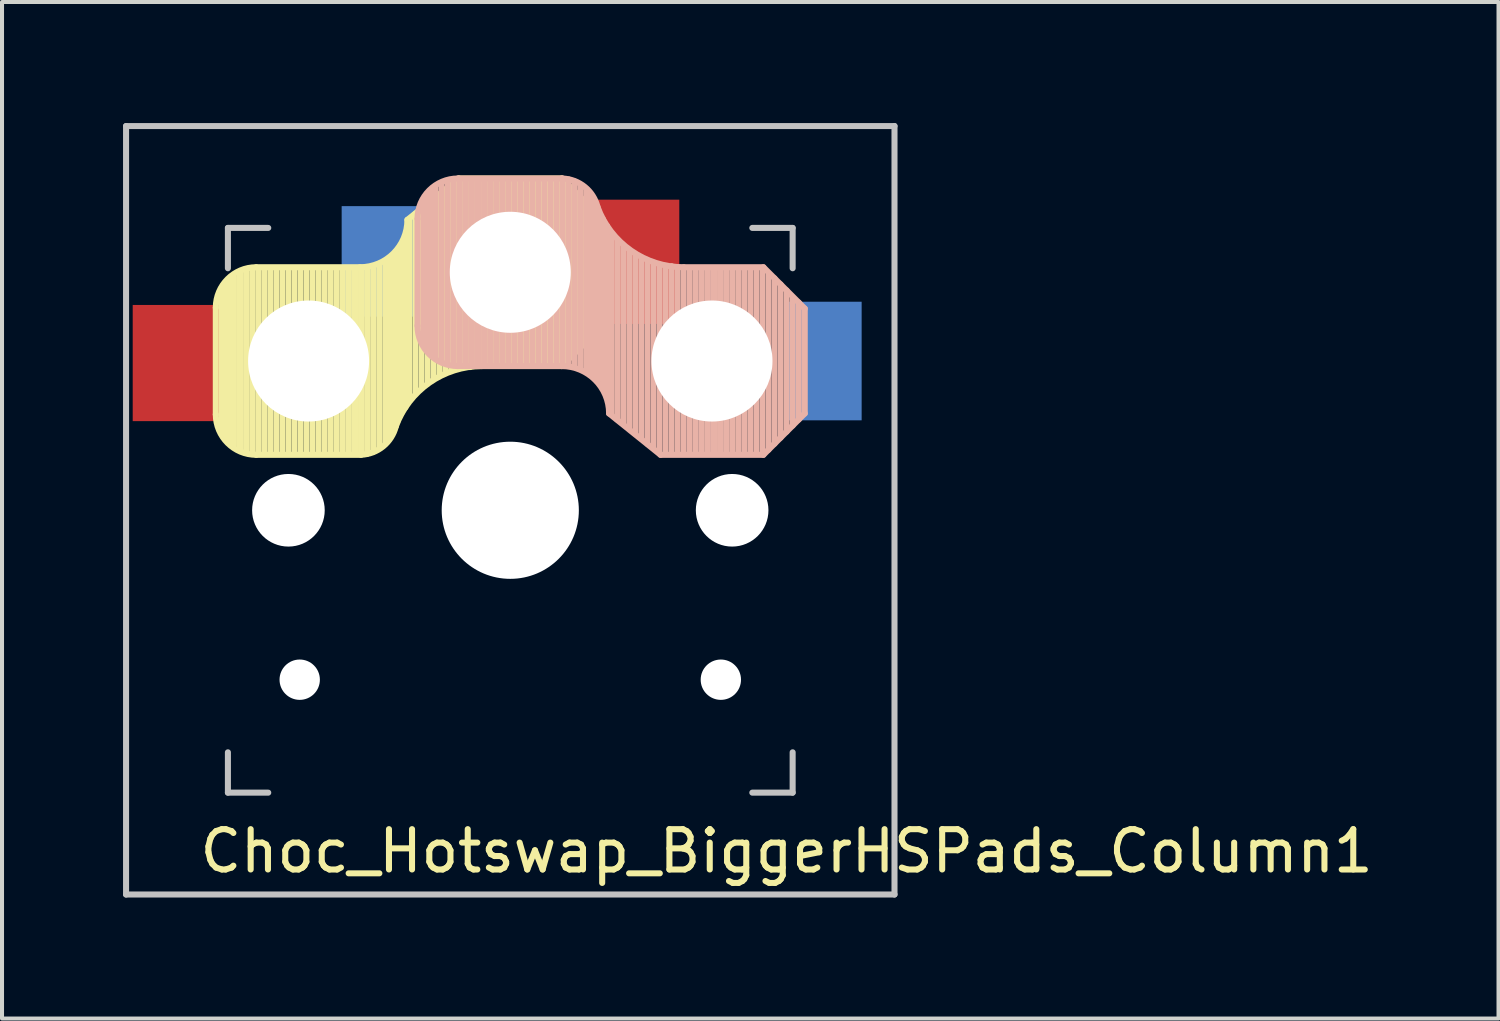
<source format=kicad_pcb>
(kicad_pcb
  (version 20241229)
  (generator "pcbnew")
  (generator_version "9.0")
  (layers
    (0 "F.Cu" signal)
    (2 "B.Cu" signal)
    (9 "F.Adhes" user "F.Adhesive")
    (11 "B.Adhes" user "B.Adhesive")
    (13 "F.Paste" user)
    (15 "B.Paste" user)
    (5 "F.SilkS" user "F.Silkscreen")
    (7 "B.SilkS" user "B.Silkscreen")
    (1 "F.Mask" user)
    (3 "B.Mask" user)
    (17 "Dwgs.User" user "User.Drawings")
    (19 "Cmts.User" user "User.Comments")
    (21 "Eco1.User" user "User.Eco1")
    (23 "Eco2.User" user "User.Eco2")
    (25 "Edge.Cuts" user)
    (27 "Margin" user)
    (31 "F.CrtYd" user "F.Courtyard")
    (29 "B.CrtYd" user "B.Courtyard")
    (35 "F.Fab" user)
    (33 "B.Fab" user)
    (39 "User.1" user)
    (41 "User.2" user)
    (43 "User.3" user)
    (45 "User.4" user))
  (footprint "Choc_Hotswap_BiggerHSPads_Column1"
    (layer "F.Cu")
    (at 9.6 9.6)
    (property "Reference" "Choc_Hotswap_BiggerHSPads_Column1" (at 6.85 8.45 0) (layer "F.SilkS") (effects (font (size 1 1) (thickness 0.15))))
    (attr through_hole)
    (fp_line (start -7.3 -5.025) (end -7.3 -2.375) (stroke (width 0.15) (type solid)) (layer "F.SilkS"))
    (fp_line (start -7.15 -1.95) (end -7.15 -5.5) (stroke (width 0.15) (type solid)) (layer "F.SilkS"))
    (fp_line (start -7.05 -1.8) (end -7.05 -5.55) (stroke (width 0.15) (type solid)) (layer "F.SilkS"))
    (fp_line (start -6.95 -1.7) (end -6.95 -5.65) (stroke (width 0.15) (type solid)) (layer "F.SilkS"))
    (fp_line (start -6.85 -1.6) (end -6.85 -5.8) (stroke (width 0.15) (type solid)) (layer "F.SilkS"))
    (fp_line (start -6.7 -1.5) (end -6.7 -5.9) (stroke (width 0.15) (type solid)) (layer "F.SilkS"))
    (fp_line (start -6.55 -1.45) (end -6.55 -5.95) (stroke (width 0.15) (type solid)) (layer "F.SilkS"))
    (fp_line (start -6.4 -1.4) (end -6.4 -5.95) (stroke (width 0.15) (type solid)) (layer "F.SilkS"))
    (fp_line (start -6.3 -6.025) (end -3.725 -6.025) (stroke (width 0.15) (type solid)) (layer "F.SilkS"))
    (fp_line (start -6.3 -1.375) (end -3.7 -1.375) (stroke (width 0.15) (type solid)) (layer "F.SilkS"))
    (fp_line (start -6.25 -1.4) (end -6.25 -6) (stroke (width 0.15) (type solid)) (layer "F.SilkS"))
    (fp_line (start -6.1 -1.4) (end -6.1 -6) (stroke (width 0.15) (type solid)) (layer "F.SilkS"))
    (fp_line (start -5.95 -1.4) (end -5.95 -6) (stroke (width 0.15) (type solid)) (layer "F.SilkS"))
    (fp_line (start -5.8 -1.4) (end -5.8 -6) (stroke (width 0.15) (type solid)) (layer "F.SilkS"))
    (fp_line (start -5.65 -1.4) (end -5.65 -6) (stroke (width 0.15) (type solid)) (layer "F.SilkS"))
    (fp_line (start -5.5 -1.4) (end -5.5 -6) (stroke (width 0.15) (type solid)) (layer "F.SilkS"))
    (fp_line (start -5.35 -1.4) (end -5.35 -6) (stroke (width 0.15) (type solid)) (layer "F.SilkS"))
    (fp_line (start -5.2 -1.4) (end -5.2 -6) (stroke (width 0.15) (type solid)) (layer "F.SilkS"))
    (fp_line (start -5.05 -1.4) (end -5.05 -6) (stroke (width 0.15) (type solid)) (layer "F.SilkS"))
    (fp_line (start -4.9 -1.4) (end -4.9 -6) (stroke (width 0.15) (type solid)) (layer "F.SilkS"))
    (fp_line (start -4.75 -1.4) (end -4.75 -6) (stroke (width 0.15) (type solid)) (layer "F.SilkS"))
    (fp_line (start -4.6 -1.4) (end -4.6 -6) (stroke (width 0.15) (type solid)) (layer "F.SilkS"))
    (fp_line (start -4.45 -1.4) (end -4.45 -6) (stroke (width 0.15) (type solid)) (layer "F.SilkS"))
    (fp_line (start -4.3 -1.4) (end -4.3 -6) (stroke (width 0.15) (type solid)) (layer "F.SilkS"))
    (fp_line (start -4.15 -1.4) (end -4.15 -6) (stroke (width 0.15) (type solid)) (layer "F.SilkS"))
    (fp_line (start -4 -1.4) (end -4 -6) (stroke (width 0.15) (type solid)) (layer "F.SilkS"))
    (fp_line (start -3.85 -1.4) (end -3.85 -5.95) (stroke (width 0.15) (type solid)) (layer "F.SilkS"))
    (fp_line (start -3.7 -1.4) (end -3.7 -6) (stroke (width 0.15) (type solid)) (layer "F.SilkS"))
    (fp_line (start -3.55 -1.4) (end -3.55 -6) (stroke (width 0.15) (type solid)) (layer "F.SilkS"))
    (fp_line (start -3.4 -1.45) (end -3.4 -6) (stroke (width 0.15) (type solid)) (layer "F.SilkS"))
    (fp_line (start -3.25 -1.55) (end -3.25 -6.1) (stroke (width 0.15) (type solid)) (layer "F.SilkS"))
    (fp_line (start -3.1 -1.65) (end -3.1 -6.15) (stroke (width 0.15) (type solid)) (layer "F.SilkS"))
    (fp_line (start -3 -1.8) (end -3 -6.2) (stroke (width 0.15) (type solid)) (layer "F.SilkS"))
    (fp_line (start -2.9 -2.05) (end -2.9 -6.25) (stroke (width 0.15) (type solid)) (layer "F.SilkS"))
    (fp_line (start -2.8 -2.2) (end -2.8 -6.35) (stroke (width 0.15) (type solid)) (layer "F.SilkS"))
    (fp_line (start -2.7 -2.4) (end -2.7 -6.55) (stroke (width 0.15) (type solid)) (layer "F.SilkS"))
    (fp_line (start -2.6 -2.55) (end -2.6 -6.7) (stroke (width 0.15) (type solid)) (layer "F.SilkS"))
    (fp_line (start -2.5 -2.75) (end -2.5 -7.2) (stroke (width 0.15) (type solid)) (layer "F.SilkS"))
    (fp_line (start -2.35 -2.9) (end -2.35 -7.35) (stroke (width 0.15) (type solid)) (layer "F.SilkS"))
    (fp_line (start -2.2 -3.05) (end -2.2 -7.45) (stroke (width 0.15) (type solid)) (layer "F.SilkS"))
    (fp_line (start -2.05 -3.15) (end -2.05 -7.55) (stroke (width 0.15) (type solid)) (layer "F.SilkS"))
    (fp_line (start -1.9 -3.25) (end -1.9 -7.7) (stroke (width 0.15) (type solid)) (layer "F.SilkS"))
    (fp_line (start -1.75 -3.35) (end -1.75 -7.8) (stroke (width 0.15) (type solid)) (layer "F.SilkS"))
    (fp_line (start -1.6 -3.4) (end -1.6 -7.95) (stroke (width 0.15) (type solid)) (layer "F.SilkS"))
    (fp_line (start -1.45 -3.5) (end -1.45 -8.05) (stroke (width 0.15) (type solid)) (layer "F.SilkS"))
    (fp_line (start -1.3 -3.55) (end -1.3 -8.15) (stroke (width 0.15) (type solid)) (layer "F.SilkS"))
    (fp_line (start -1.275 -8.225) (end -2.55 -7.2) (stroke (width 0.15) (type solid)) (layer "F.SilkS"))
    (fp_line (start -1.275 -8.225) (end 1.275 -8.225) (stroke (width 0.15) (type solid)) (layer "F.SilkS"))
    (fp_line (start -1.15 -3.55) (end -1.15 -8.2) (stroke (width 0.15) (type solid)) (layer "F.SilkS"))
    (fp_line (start -1 -3.55) (end -1 -8.2) (stroke (width 0.15) (type solid)) (layer "F.SilkS"))
    (fp_line (start -0.85 -3.6) (end -0.85 -8.15) (stroke (width 0.15) (type solid)) (layer "F.SilkS"))
    (fp_line (start -0.7 -3.6) (end -0.7 -8.2) (stroke (width 0.15) (type solid)) (layer "F.SilkS"))
    (fp_line (start -0.7 -3.575) (end 1.275 -3.575) (stroke (width 0.15) (type solid)) (layer "F.SilkS"))
    (fp_line (start -0.55 -3.6) (end -0.55 -8.2) (stroke (width 0.15) (type solid)) (layer "F.SilkS"))
    (fp_line (start -0.4 -3.6) (end -0.4 -8.2) (stroke (width 0.15) (type solid)) (layer "F.SilkS"))
    (fp_line (start -0.25 -3.6) (end -0.25 -8.2) (stroke (width 0.15) (type solid)) (layer "F.SilkS"))
    (fp_line (start -0.1 -3.6) (end -0.1 -8.2) (stroke (width 0.15) (type solid)) (layer "F.SilkS"))
    (fp_line (start 0.05 -3.6) (end 0.05 -8.2) (stroke (width 0.15) (type solid)) (layer "F.SilkS"))
    (fp_line (start 0.2 -3.6) (end 0.2 -8.2) (stroke (width 0.15) (type solid)) (layer "F.SilkS"))
    (fp_line (start 0.35 -3.6) (end 0.35 -8.2) (stroke (width 0.15) (type solid)) (layer "F.SilkS"))
    (fp_line (start 0.5 -3.6) (end 0.5 -8.2) (stroke (width 0.15) (type solid)) (layer "F.SilkS"))
    (fp_line (start 0.65 -3.6) (end 0.65 -8.2) (stroke (width 0.15) (type solid)) (layer "F.SilkS"))
    (fp_line (start 0.8 -3.6) (end 0.8 -8.2) (stroke (width 0.15) (type solid)) (layer "F.SilkS"))
    (fp_line (start 0.95 -3.6) (end 0.95 -8.2) (stroke (width 0.15) (type solid)) (layer "F.SilkS"))
    (fp_line (start 1.1 -3.6) (end 1.1 -8.2) (stroke (width 0.15) (type solid)) (layer "F.SilkS"))
    (fp_line (start 1.25 -3.6) (end 1.25 -8.2) (stroke (width 0.15) (type solid)) (layer "F.SilkS"))
    (fp_line (start 1.4 -3.75) (end 1.4 -8.1) (stroke (width 0.15) (type solid)) (layer "F.SilkS"))
    (fp_line (start 1.55 -3.85) (end 1.55 -7.95) (stroke (width 0.15) (type solid)) (layer "F.SilkS"))
    (fp_line (start 1.7 -4) (end 1.7 -7.8) (stroke (width 0.15) (type solid)) (layer "F.SilkS"))
    (fp_line (start 1.85 -4.15) (end 1.85 -7.65) (stroke (width 0.15) (type solid)) (layer "F.SilkS"))
    (fp_line (start 2 -4.35) (end 2 -7.5) (stroke (width 0.15) (type solid)) (layer "F.SilkS"))
    (fp_line (start 2.15 -4.45) (end 2.15 -7.35) (stroke (width 0.15) (type solid)) (layer "F.SilkS"))
    (fp_line (start 2.3 -7.2) (end 1.275 -8.225) (stroke (width 0.15) (type solid)) (layer "F.SilkS"))
    (fp_line (start 2.3 -7.2) (end 2.3 -4.6) (stroke (width 0.15) (type solid)) (layer "F.SilkS"))
    (fp_line (start 2.3 -4.6) (end 1.275 -3.575) (stroke (width 0.15) (type solid)) (layer "F.SilkS"))
    (fp_arc (start -7.3 -5.025) (mid -7.007107 -5.732107) (end -6.3 -6.025) (stroke (width 0.15) (type solid)) (layer "F.SilkS"))
    (fp_arc (start -6.3 -1.375) (mid -7.007107 -1.667893) (end -7.3 -2.375) (stroke (width 0.15) (type solid)) (layer "F.SilkS"))
    (fp_arc (start -2.837801 -2.078096) (mid -3.151716 -1.583979) (end -3.699005 -1.376209) (stroke (width 0.15) (type solid)) (layer "F.SilkS"))
    (fp_arc (start -2.837801 -2.078096) (mid -2.004887 -3.163571) (end -0.7 -3.575) (stroke (width 0.15) (type solid)) (layer "F.SilkS"))
    (fp_arc (start -2.55 -7.2) (mid -2.89415 -6.36915) (end -3.725 -6.025) (stroke (width 0.15) (type solid)) (layer "F.SilkS"))
    (fp_line (start -2.3 -4.575) (end -2.3 -7.225) (stroke (width 0.15) (type solid)) (layer "B.SilkS"))
    (fp_line (start -2.15 -7.65) (end -2.15 -4.1) (stroke (width 0.15) (type solid)) (layer "B.SilkS"))
    (fp_line (start -2.05 -7.8) (end -2.05 -4.05) (stroke (width 0.15) (type solid)) (layer "B.SilkS"))
    (fp_line (start -1.95 -7.9) (end -1.95 -3.95) (stroke (width 0.15) (type solid)) (layer "B.SilkS"))
    (fp_line (start -1.85 -8) (end -1.85 -3.8) (stroke (width 0.15) (type solid)) (layer "B.SilkS"))
    (fp_line (start -1.7 -8.1) (end -1.7 -3.7) (stroke (width 0.15) (type solid)) (layer "B.SilkS"))
    (fp_line (start -1.55 -8.15) (end -1.55 -3.65) (stroke (width 0.15) (type solid)) (layer "B.SilkS"))
    (fp_line (start -1.4 -8.2) (end -1.4 -3.65) (stroke (width 0.15) (type solid)) (layer "B.SilkS"))
    (fp_line (start -1.3 -8.225) (end 1.3 -8.225) (stroke (width 0.15) (type solid)) (layer "B.SilkS"))
    (fp_line (start -1.3 -3.575) (end 1.275 -3.575) (stroke (width 0.15) (type solid)) (layer "B.SilkS"))
    (fp_line (start -1.25 -8.2) (end -1.25 -3.6) (stroke (width 0.15) (type solid)) (layer "B.SilkS"))
    (fp_line (start -1.1 -8.2) (end -1.1 -3.6) (stroke (width 0.15) (type solid)) (layer "B.SilkS"))
    (fp_line (start -0.95 -8.2) (end -0.95 -3.6) (stroke (width 0.15) (type solid)) (layer "B.SilkS"))
    (fp_line (start -0.8 -8.2) (end -0.8 -3.6) (stroke (width 0.15) (type solid)) (layer "B.SilkS"))
    (fp_line (start -0.65 -8.2) (end -0.65 -3.6) (stroke (width 0.15) (type solid)) (layer "B.SilkS"))
    (fp_line (start -0.5 -8.2) (end -0.5 -3.6) (stroke (width 0.15) (type solid)) (layer "B.SilkS"))
    (fp_line (start -0.35 -8.2) (end -0.35 -3.6) (stroke (width 0.15) (type solid)) (layer "B.SilkS"))
    (fp_line (start -0.2 -8.2) (end -0.2 -3.6) (stroke (width 0.15) (type solid)) (layer "B.SilkS"))
    (fp_line (start -0.05 -8.2) (end -0.05 -3.6) (stroke (width 0.15) (type solid)) (layer "B.SilkS"))
    (fp_line (start 0.1 -8.2) (end 0.1 -3.6) (stroke (width 0.15) (type solid)) (layer "B.SilkS"))
    (fp_line (start 0.25 -8.2) (end 0.25 -3.6) (stroke (width 0.15) (type solid)) (layer "B.SilkS"))
    (fp_line (start 0.4 -8.2) (end 0.4 -3.6) (stroke (width 0.15) (type solid)) (layer "B.SilkS"))
    (fp_line (start 0.55 -8.2) (end 0.55 -3.6) (stroke (width 0.15) (type solid)) (layer "B.SilkS"))
    (fp_line (start 0.7 -8.2) (end 0.7 -3.6) (stroke (width 0.15) (type solid)) (layer "B.SilkS"))
    (fp_line (start 0.85 -8.2) (end 0.85 -3.6) (stroke (width 0.15) (type solid)) (layer "B.SilkS"))
    (fp_line (start 1 -8.2) (end 1 -3.6) (stroke (width 0.15) (type solid)) (layer "B.SilkS"))
    (fp_line (start 1.15 -8.2) (end 1.15 -3.65) (stroke (width 0.15) (type solid)) (layer "B.SilkS"))
    (fp_line (start 1.3 -8.2) (end 1.3 -3.6) (stroke (width 0.15) (type solid)) (layer "B.SilkS"))
    (fp_line (start 1.45 -8.2) (end 1.45 -3.6) (stroke (width 0.15) (type solid)) (layer "B.SilkS"))
    (fp_line (start 1.6 -8.15) (end 1.6 -3.6) (stroke (width 0.15) (type solid)) (layer "B.SilkS"))
    (fp_line (start 1.75 -8.05) (end 1.75 -3.5) (stroke (width 0.15) (type solid)) (layer "B.SilkS"))
    (fp_line (start 1.9 -7.95) (end 1.9 -3.45) (stroke (width 0.15) (type solid)) (layer "B.SilkS"))
    (fp_line (start 2 -7.8) (end 2 -3.4) (stroke (width 0.15) (type solid)) (layer "B.SilkS"))
    (fp_line (start 2.1 -7.55) (end 2.1 -3.35) (stroke (width 0.15) (type solid)) (layer "B.SilkS"))
    (fp_line (start 2.2 -7.4) (end 2.2 -3.25) (stroke (width 0.15) (type solid)) (layer "B.SilkS"))
    (fp_line (start 2.3 -7.2) (end 2.3 -3.05) (stroke (width 0.15) (type solid)) (layer "B.SilkS"))
    (fp_line (start 2.4 -7.05) (end 2.4 -2.9) (stroke (width 0.15) (type solid)) (layer "B.SilkS"))
    (fp_line (start 2.5 -6.85) (end 2.5 -2.4) (stroke (width 0.15) (type solid)) (layer "B.SilkS"))
    (fp_line (start 2.65 -6.7) (end 2.65 -2.25) (stroke (width 0.15) (type solid)) (layer "B.SilkS"))
    (fp_line (start 2.8 -6.55) (end 2.8 -2.15) (stroke (width 0.15) (type solid)) (layer "B.SilkS"))
    (fp_line (start 2.95 -6.45) (end 2.95 -2.05) (stroke (width 0.15) (type solid)) (layer "B.SilkS"))
    (fp_line (start 3.1 -6.35) (end 3.1 -1.9) (stroke (width 0.15) (type solid)) (layer "B.SilkS"))
    (fp_line (start 3.25 -6.25) (end 3.25 -1.8) (stroke (width 0.15) (type solid)) (layer "B.SilkS"))
    (fp_line (start 3.4 -6.2) (end 3.4 -1.65) (stroke (width 0.15) (type solid)) (layer "B.SilkS"))
    (fp_line (start 3.55 -6.1) (end 3.55 -1.55) (stroke (width 0.15) (type solid)) (layer "B.SilkS"))
    (fp_line (start 3.7 -6.05) (end 3.7 -1.45) (stroke (width 0.15) (type solid)) (layer "B.SilkS"))
    (fp_line (start 3.725 -1.375) (end 2.45 -2.4) (stroke (width 0.15) (type solid)) (layer "B.SilkS"))
    (fp_line (start 3.725 -1.375) (end 6.275 -1.375) (stroke (width 0.15) (type solid)) (layer "B.SilkS"))
    (fp_line (start 3.85 -6.05) (end 3.85 -1.4) (stroke (width 0.15) (type solid)) (layer "B.SilkS"))
    (fp_line (start 4 -6.05) (end 4 -1.4) (stroke (width 0.15) (type solid)) (layer "B.SilkS"))
    (fp_line (start 4.15 -6) (end 4.15 -1.45) (stroke (width 0.15) (type solid)) (layer "B.SilkS"))
    (fp_line (start 4.3 -6.025) (end 6.275 -6.025) (stroke (width 0.15) (type solid)) (layer "B.SilkS"))
    (fp_line (start 4.3 -6) (end 4.3 -1.4) (stroke (width 0.15) (type solid)) (layer "B.SilkS"))
    (fp_line (start 4.45 -6) (end 4.45 -1.4) (stroke (width 0.15) (type solid)) (layer "B.SilkS"))
    (fp_line (start 4.6 -6) (end 4.6 -1.4) (stroke (width 0.15) (type solid)) (layer "B.SilkS"))
    (fp_line (start 4.75 -6) (end 4.75 -1.4) (stroke (width 0.15) (type solid)) (layer "B.SilkS"))
    (fp_line (start 4.9 -6) (end 4.9 -1.4) (stroke (width 0.15) (type solid)) (layer "B.SilkS"))
    (fp_line (start 5.05 -6) (end 5.05 -1.4) (stroke (width 0.15) (type solid)) (layer "B.SilkS"))
    (fp_line (start 5.2 -6) (end 5.2 -1.4) (stroke (width 0.15) (type solid)) (layer "B.SilkS"))
    (fp_line (start 5.35 -6) (end 5.35 -1.4) (stroke (width 0.15) (type solid)) (layer "B.SilkS"))
    (fp_line (start 5.5 -6) (end 5.5 -1.4) (stroke (width 0.15) (type solid)) (layer "B.SilkS"))
    (fp_line (start 5.65 -6) (end 5.65 -1.4) (stroke (width 0.15) (type solid)) (layer "B.SilkS"))
    (fp_line (start 5.8 -6) (end 5.8 -1.4) (stroke (width 0.15) (type solid)) (layer "B.SilkS"))
    (fp_line (start 5.95 -6) (end 5.95 -1.4) (stroke (width 0.15) (type solid)) (layer "B.SilkS"))
    (fp_line (start 6.1 -6) (end 6.1 -1.4) (stroke (width 0.15) (type solid)) (layer "B.SilkS"))
    (fp_line (start 6.25 -6) (end 6.25 -1.4) (stroke (width 0.15) (type solid)) (layer "B.SilkS"))
    (fp_line (start 6.4 -5.85) (end 6.4 -1.5) (stroke (width 0.15) (type solid)) (layer "B.SilkS"))
    (fp_line (start 6.55 -5.75) (end 6.55 -1.65) (stroke (width 0.15) (type solid)) (layer "B.SilkS"))
    (fp_line (start 6.7 -5.6) (end 6.7 -1.8) (stroke (width 0.15) (type solid)) (layer "B.SilkS"))
    (fp_line (start 6.85 -5.45) (end 6.85 -1.95) (stroke (width 0.15) (type solid)) (layer "B.SilkS"))
    (fp_line (start 7 -5.25) (end 7 -2.1) (stroke (width 0.15) (type solid)) (layer "B.SilkS"))
    (fp_line (start 7.15 -5.15) (end 7.15 -2.25) (stroke (width 0.15) (type solid)) (layer "B.SilkS"))
    (fp_line (start 7.3 -5) (end 6.275 -6.025) (stroke (width 0.15) (type solid)) (layer "B.SilkS"))
    (fp_line (start 7.3 -2.4) (end 6.275 -1.375) (stroke (width 0.15) (type solid)) (layer "B.SilkS"))
    (fp_line (start 7.3 -2.4) (end 7.3 -5) (stroke (width 0.15) (type solid)) (layer "B.SilkS"))
    (fp_arc (start -2.3 -7.225) (mid -2.007107 -7.932107) (end -1.3 -8.225) (stroke (width 0.15) (type solid)) (layer "B.SilkS"))
    (fp_arc (start -1.3 -3.575) (mid -2.007107 -3.867893) (end -2.3 -4.575) (stroke (width 0.15) (type solid)) (layer "B.SilkS"))
    (fp_arc (start 1.275 -3.575) (mid 2.10585 -3.23085) (end 2.45 -2.4) (stroke (width 0.15) (type solid)) (layer "B.SilkS"))
    (fp_arc (start 1.300995 -8.223791) (mid 1.848286 -8.016021) (end 2.162199 -7.521904) (stroke (width 0.15) (type solid)) (layer "B.SilkS"))
    (fp_arc (start 4.3 -6.025) (mid 2.995114 -6.436429) (end 2.162199 -7.521904) (stroke (width 0.15) (type solid)) (layer "B.SilkS"))
    (fp_line (start -9.525 -9.525) (end 9.525 -9.525) (stroke (width 0.15) (type solid)) (layer "Dwgs.User"))
    (fp_line (start -9.525 9.525) (end -9.525 -9.525) (stroke (width 0.15) (type solid)) (layer "Dwgs.User"))
    (fp_line (start -7 -7) (end -7 -6) (stroke (width 0.15) (type solid)) (layer "Dwgs.User"))
    (fp_line (start -7 6) (end -7 7) (stroke (width 0.15) (type solid)) (layer "Dwgs.User"))
    (fp_line (start -7 7) (end -6 7) (stroke (width 0.15) (type solid)) (layer "Dwgs.User"))
    (fp_line (start -6 -7) (end -7 -7) (stroke (width 0.15) (type solid)) (layer "Dwgs.User"))
    (fp_line (start 6 -7) (end 7 -7) (stroke (width 0.15) (type solid)) (layer "Dwgs.User"))
    (fp_line (start 7 -7) (end 7 -6) (stroke (width 0.15) (type solid)) (layer "Dwgs.User"))
    (fp_line (start 7 6) (end 7 7) (stroke (width 0.15) (type solid)) (layer "Dwgs.User"))
    (fp_line (start 7 7) (end 6 7) (stroke (width 0.15) (type solid)) (layer "Dwgs.User"))
    (fp_line (start 9.525 -9.525) (end 9.525 9.525) (stroke (width 0.15) (type solid)) (layer "Dwgs.User"))
    (fp_line (start 9.525 9.525) (end -9.525 9.525) (stroke (width 0.15) (type solid)) (layer "Dwgs.User"))
    (pad "" np_thru_hole circle (at -5.5 0 270) (size 1.8 1.8) (drill 1.8) (layers "*.Cu" "*.Mask"))
    (pad "" np_thru_hole circle (at -5.22 4.2) (size 1 1) (drill 1) (layers "*.Cu" "*.Mask"))
    (pad "" np_thru_hole circle (at -5 -3.7 90) (size 3 3) (drill 3) (layers "*.Cu" "*.Mask"))
    (pad "" np_thru_hole circle (at 0 -5.9 270) (size 3 3) (drill 3) (layers "*.Cu" "*.Mask"))
    (pad "" np_thru_hole circle (at 0 0 270) (size 3.4 3.4) (drill 3.4) (layers "*.Cu" "*.Mask"))
    (pad "" np_thru_hole circle (at 5 -3.7 270) (size 3 3) (drill 3) (layers "*.Cu" "*.Mask"))
    (pad "" np_thru_hole circle (at 5.22 4.2) (size 1 1) (drill 1) (layers "*.Cu" "*.Mask"))
    (pad "" np_thru_hole circle (at 5.5 0 270) (size 1.8 1.8) (drill 1.8) (layers "*.Cu" "*.Mask"))
    (pad "5" smd rect (at -3.09 -6.17) (size 2.18 2.74) (layers "B.Cu" "B.Mask" "B.Paste"))
    (pad "5" smd rect (at 3.095 -6.16) (size 2.19 3.08) (layers "F.Cu" "F.Mask" "F.Paste"))
    (pad "6" smd rect (at -8.255 -3.65) (size 2.21 2.88) (layers "F.Cu" "F.Mask" "F.Paste"))
    (pad "6" smd rect (at 7.803 -3.7) (size 1.815 2.94) (layers "B.Cu" "B.Mask" "B.Paste")))
  (gr_rect
    (start -3 -3)
    (end 34.099 22.2)
    (stroke (width 0.1) (type default))
    (fill no)
    (layer "Edge.Cuts")))
</source>
